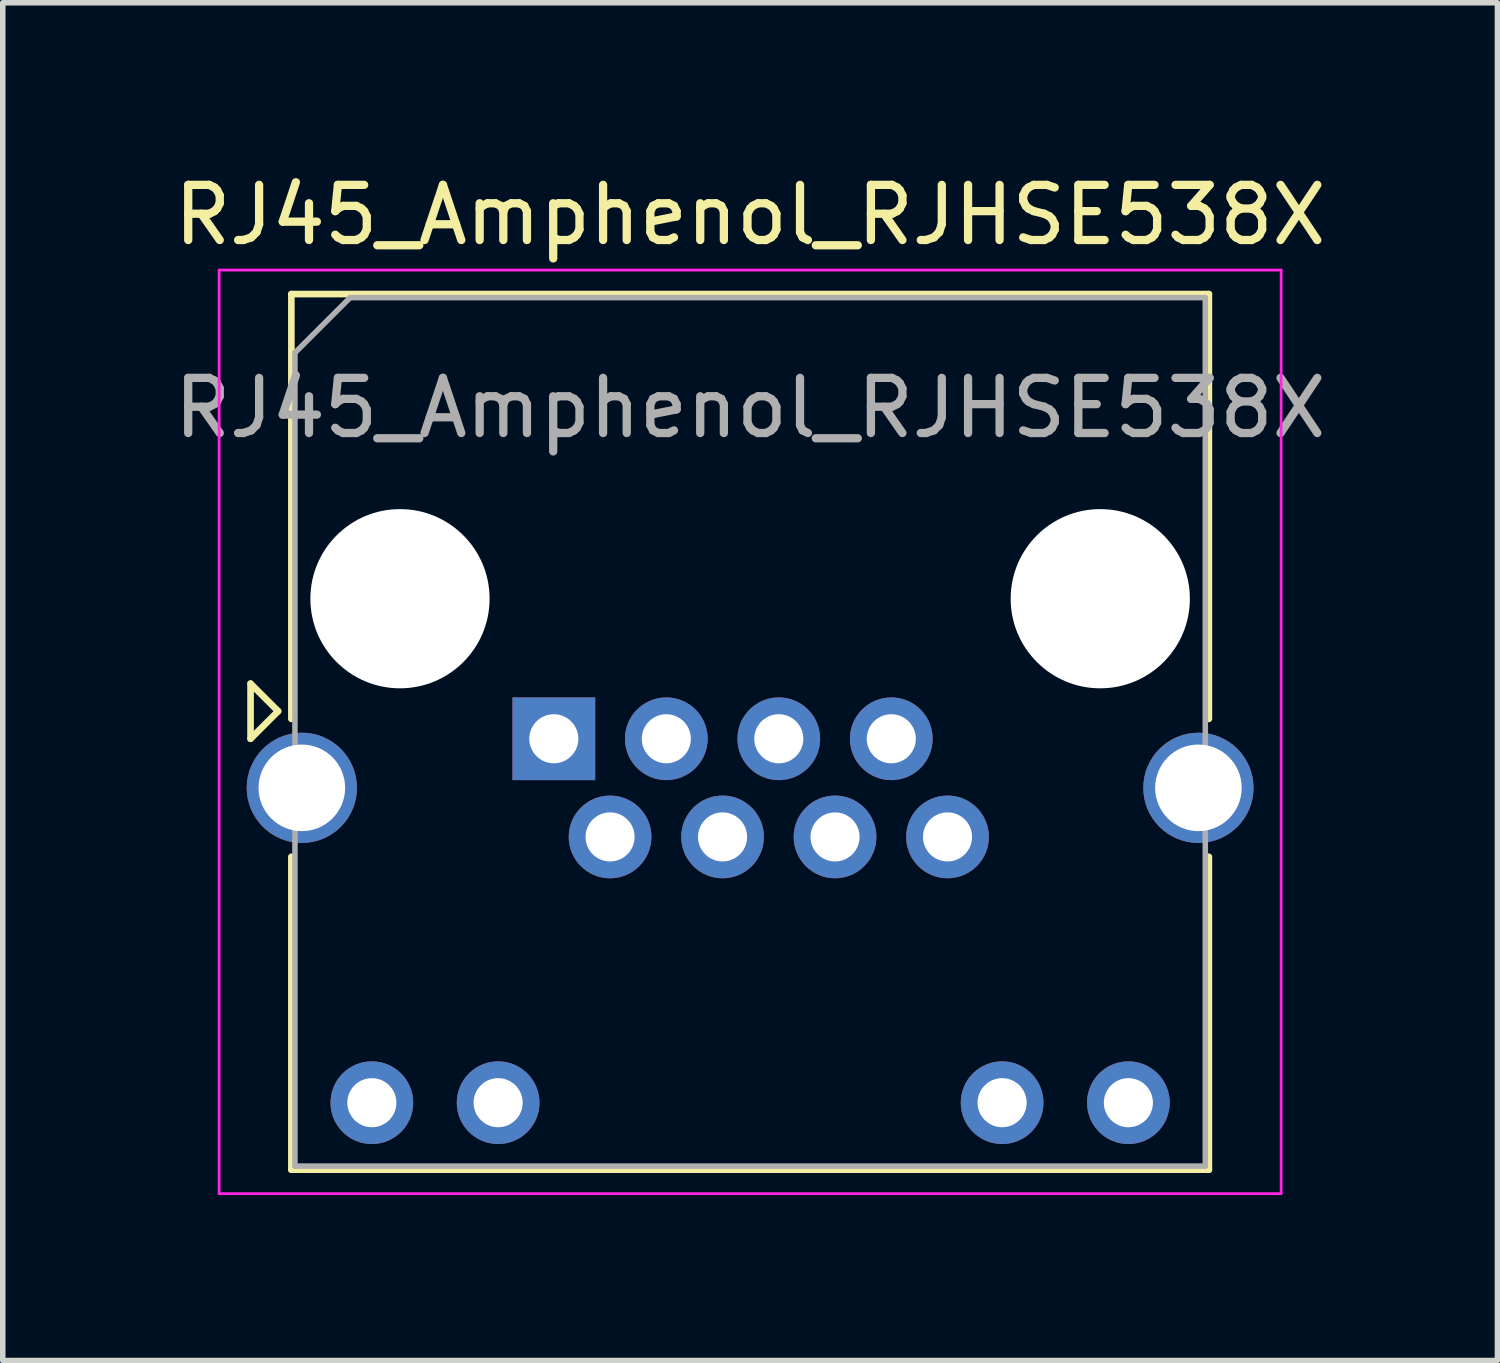
<source format=kicad_pcb>
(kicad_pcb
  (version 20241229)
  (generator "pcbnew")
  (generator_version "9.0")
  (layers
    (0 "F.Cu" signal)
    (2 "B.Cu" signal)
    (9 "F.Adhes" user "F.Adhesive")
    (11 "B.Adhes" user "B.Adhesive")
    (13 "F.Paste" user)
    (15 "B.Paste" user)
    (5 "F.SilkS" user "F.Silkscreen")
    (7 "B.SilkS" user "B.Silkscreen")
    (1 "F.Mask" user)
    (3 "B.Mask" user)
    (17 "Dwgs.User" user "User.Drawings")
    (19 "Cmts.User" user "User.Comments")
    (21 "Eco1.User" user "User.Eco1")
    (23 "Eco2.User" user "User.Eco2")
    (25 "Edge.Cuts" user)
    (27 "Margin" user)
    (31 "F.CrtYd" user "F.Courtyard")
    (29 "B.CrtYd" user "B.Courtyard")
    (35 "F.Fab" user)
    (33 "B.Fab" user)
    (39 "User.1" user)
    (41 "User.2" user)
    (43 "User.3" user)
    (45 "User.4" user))
  (footprint "RJ45_Amphenol_RJHSE538X"
    (layer "F.Cu")
    (at 6.994 10.348)
    (property "Reference" "RJ45_Amphenol_RJHSE538X" (at 3.56 -9.5 0) (layer "F.SilkS") (effects (font (size 1 1) (thickness 0.15))))
    (attr through_hole)
    (fp_line (start -5.5 -1) (end -5 -0.5) (stroke (width 0.12) (type solid)) (layer "F.SilkS"))
    (fp_line (start -5.5 0) (end -5.5 -1) (stroke (width 0.12) (type solid)) (layer "F.SilkS"))
    (fp_line (start -5 -0.5) (end -5.5 0) (stroke (width 0.12) (type solid)) (layer "F.SilkS"))
    (fp_line (start -4.76 -8.065) (end -4.76 -0.36) (stroke (width 0.12) (type solid)) (layer "F.SilkS"))
    (fp_line (start -4.76 -8.065) (end 11.88 -8.065) (stroke (width 0.12) (type solid)) (layer "F.SilkS"))
    (fp_line (start -4.76 7.815) (end -4.76 2.14) (stroke (width 0.12) (type solid)) (layer "F.SilkS"))
    (fp_line (start -4.76 7.815) (end 11.88 7.815) (stroke (width 0.12) (type solid)) (layer "F.SilkS"))
    (fp_line (start 11.88 -8.065) (end 11.88 -0.36) (stroke (width 0.12) (type solid)) (layer "F.SilkS"))
    (fp_line (start 11.88 7.815) (end 11.88 2.14) (stroke (width 0.12) (type solid)) (layer "F.SilkS"))
    (fp_line (start -6.07 -8.5) (end -6.07 8.25) (stroke (width 0.05) (type solid)) (layer "F.CrtYd"))
    (fp_line (start -6.07 -8.5) (end 13.19 -8.5) (stroke (width 0.05) (type solid)) (layer "F.CrtYd"))
    (fp_line (start -6.07 8.25) (end 13.19 8.25) (stroke (width 0.05) (type solid)) (layer "F.CrtYd"))
    (fp_line (start 13.19 -8.5) (end 13.19 8.25) (stroke (width 0.05) (type solid)) (layer "F.CrtYd"))
    (fp_line (start -4.695 -7) (end -4.695 7.75) (stroke (width 0.1) (type solid)) (layer "F.Fab"))
    (fp_line (start -4.695 -7) (end -3.695 -8) (stroke (width 0.1) (type solid)) (layer "F.Fab"))
    (fp_line (start -4.695 7.75) (end 11.815 7.75) (stroke (width 0.1) (type solid)) (layer "F.Fab"))
    (fp_line (start -3.695 -8) (end 11.815 -8) (stroke (width 0.1) (type solid)) (layer "F.Fab"))
    (fp_line (start 11.815 -8) (end 11.815 7.75) (stroke (width 0.1) (type solid)) (layer "F.Fab"))
    (fp_text user "${REFERENCE}" (at 3.56 -6 0) (layer "F.Fab") (effects (font (size 1 1) (thickness 0.15))))
    (pad "" np_thru_hole circle (at -2.79 -2.54) (size 3.25 3.25) (drill 3.25) (layers "*.Cu" "*.Mask"))
    (pad "" np_thru_hole circle (at 9.91 -2.54) (size 3.25 3.25) (drill 3.25) (layers "*.Cu" "*.Mask"))
    (pad "1" thru_hole rect (at 0 0) (size 1.5 1.5) (drill 0.89) (layers "*.Cu" "*.Mask"))
    (pad "2" thru_hole circle (at 1.02 1.78) (size 1.5 1.5) (drill 0.89) (layers "*.Cu" "*.Mask"))
    (pad "3" thru_hole circle (at 2.04 0) (size 1.5 1.5) (drill 0.89) (layers "*.Cu" "*.Mask"))
    (pad "4" thru_hole circle (at 3.06 1.78) (size 1.5 1.5) (drill 0.89) (layers "*.Cu" "*.Mask"))
    (pad "5" thru_hole circle (at 4.08 0) (size 1.5 1.5) (drill 0.89) (layers "*.Cu" "*.Mask"))
    (pad "6" thru_hole circle (at 5.1 1.78) (size 1.5 1.5) (drill 0.89) (layers "*.Cu" "*.Mask"))
    (pad "7" thru_hole circle (at 6.12 0) (size 1.5 1.5) (drill 0.89) (layers "*.Cu" "*.Mask"))
    (pad "8" thru_hole circle (at 7.14 1.78) (size 1.5 1.5) (drill 0.89) (layers "*.Cu" "*.Mask"))
    (pad "9" thru_hole circle (at -3.3 6.6) (size 1.5 1.5) (drill 0.89) (layers "*.Cu" "*.Mask"))
    (pad "10" thru_hole circle (at -1.01 6.6) (size 1.5 1.5) (drill 0.89) (layers "*.Cu" "*.Mask"))
    (pad "11" thru_hole circle (at 8.13 6.6) (size 1.5 1.5) (drill 0.89) (layers "*.Cu" "*.Mask"))
    (pad "12" thru_hole circle (at 10.42 6.6) (size 1.5 1.5) (drill 0.89) (layers "*.Cu" "*.Mask"))
    (pad "SH" thru_hole circle (at -4.57 0.89) (size 2 2) (drill 1.57) (layers "*.Cu" "*.Mask"))
    (pad "SH" thru_hole circle (at 11.69 0.89) (size 2 2) (drill 1.57) (layers "*.Cu" "*.Mask")))
  (gr_rect
    (start -3 -3)
    (end 24.107 21.623)
    (stroke (width 0.1) (type default))
    (fill no)
    (layer "Edge.Cuts")))
</source>
